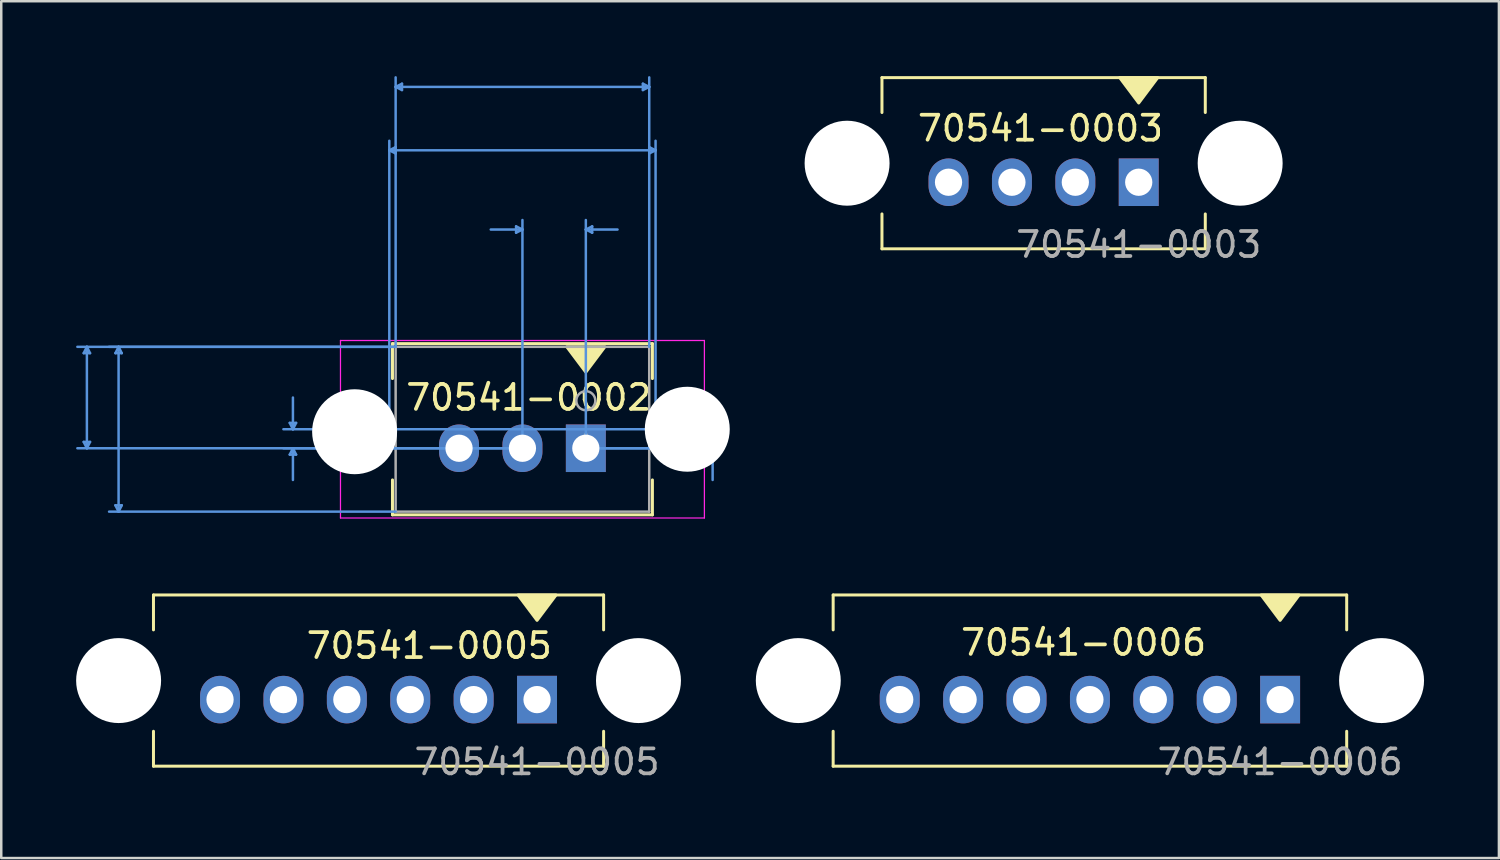
<source format=kicad_pcb>
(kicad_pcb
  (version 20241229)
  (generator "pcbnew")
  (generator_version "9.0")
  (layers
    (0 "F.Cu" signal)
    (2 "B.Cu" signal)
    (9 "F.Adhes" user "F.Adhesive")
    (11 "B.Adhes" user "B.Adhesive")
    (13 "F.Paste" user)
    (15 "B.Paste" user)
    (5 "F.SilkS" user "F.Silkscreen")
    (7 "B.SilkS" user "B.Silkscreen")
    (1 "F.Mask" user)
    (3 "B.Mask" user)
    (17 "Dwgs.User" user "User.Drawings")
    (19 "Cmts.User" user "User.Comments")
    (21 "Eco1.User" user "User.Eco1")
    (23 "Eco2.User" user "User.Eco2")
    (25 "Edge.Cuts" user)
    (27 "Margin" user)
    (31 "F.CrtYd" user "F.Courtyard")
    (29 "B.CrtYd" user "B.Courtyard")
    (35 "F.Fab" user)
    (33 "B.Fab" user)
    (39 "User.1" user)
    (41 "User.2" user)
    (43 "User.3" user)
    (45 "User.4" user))
  (footprint "70541-0002"
    (layer "F.Cu")
    (at 20.421 14.909)
    (property "Reference" "70541-0002" (at -2.286 -2.032 0) (layer "F.SilkS") (effects (font (size 1 1) (thickness 0.15))))
    (attr through_hole)
    (fp_line (start -7.747 -4.191) (end -7.747 -2.793) (stroke (width 0.12) (type solid)) (layer "F.SilkS"))
    (fp_line (start -7.747 1.269) (end -7.747 2.667) (stroke (width 0.12) (type solid)) (layer "F.SilkS"))
    (fp_line (start -7.747 2.667) (end 2.667 2.667) (stroke (width 0.12) (type solid)) (layer "F.SilkS"))
    (fp_line (start 2.667 -4.191) (end -7.747 -4.191) (stroke (width 0.12) (type solid)) (layer "F.SilkS"))
    (fp_line (start 2.667 -2.793) (end 2.667 -4.191) (stroke (width 0.12) (type solid)) (layer "F.SilkS"))
    (fp_line (start 2.667 2.667) (end 2.667 1.269) (stroke (width 0.12) (type solid)) (layer "F.SilkS"))
    (fp_poly (pts (xy 0 -3.048) (xy -0.762 -4.064) (xy 0.762 -4.064)) (stroke (width 0.12) (type solid)) (fill yes) (layer "F.SilkS"))
    (fp_line (start -20.117 -3.81) (end -19.863 -3.81) (stroke (width 0.1) (type solid)) (layer "Cmts.User"))
    (fp_line (start -20.117 -0.254) (end -19.863 -0.254) (stroke (width 0.1) (type solid)) (layer "Cmts.User"))
    (fp_line (start -19.99 -4.064) (end -20.117 -3.81) (stroke (width 0.1) (type solid)) (layer "Cmts.User"))
    (fp_line (start -19.99 -4.064) (end -19.99 0) (stroke (width 0.1) (type solid)) (layer "Cmts.User"))
    (fp_line (start -19.99 -4.064) (end -19.863 -3.81) (stroke (width 0.1) (type solid)) (layer "Cmts.User"))
    (fp_line (start -19.99 0) (end -20.117 -0.254) (stroke (width 0.1) (type solid)) (layer "Cmts.User"))
    (fp_line (start -19.99 0) (end -19.863 -0.254) (stroke (width 0.1) (type solid)) (layer "Cmts.User"))
    (fp_line (start -18.847 -3.81) (end -18.593 -3.81) (stroke (width 0.1) (type solid)) (layer "Cmts.User"))
    (fp_line (start -18.847 2.286) (end -18.593 2.286) (stroke (width 0.1) (type solid)) (layer "Cmts.User"))
    (fp_line (start -18.72 -4.064) (end -18.847 -3.81) (stroke (width 0.1) (type solid)) (layer "Cmts.User"))
    (fp_line (start -18.72 -4.064) (end -18.72 2.54) (stroke (width 0.1) (type solid)) (layer "Cmts.User"))
    (fp_line (start -18.72 -4.064) (end -18.593 -3.81) (stroke (width 0.1) (type solid)) (layer "Cmts.User"))
    (fp_line (start -18.72 2.54) (end -18.847 2.286) (stroke (width 0.1) (type solid)) (layer "Cmts.User"))
    (fp_line (start -18.72 2.54) (end -18.593 2.286) (stroke (width 0.1) (type solid)) (layer "Cmts.User"))
    (fp_line (start -11.862 -1.016) (end -11.608 -1.016) (stroke (width 0.1) (type solid)) (layer "Cmts.User"))
    (fp_line (start -11.862 0.254) (end -11.608 0.254) (stroke (width 0.1) (type solid)) (layer "Cmts.User"))
    (fp_line (start -11.735 -0.762) (end -11.862 -1.016) (stroke (width 0.1) (type solid)) (layer "Cmts.User"))
    (fp_line (start -11.735 -0.762) (end -11.735 -2.032) (stroke (width 0.1) (type solid)) (layer "Cmts.User"))
    (fp_line (start -11.735 -0.762) (end -11.608 -1.016) (stroke (width 0.1) (type solid)) (layer "Cmts.User"))
    (fp_line (start -11.735 0) (end -11.862 0.254) (stroke (width 0.1) (type solid)) (layer "Cmts.User"))
    (fp_line (start -11.735 0) (end -11.735 1.27) (stroke (width 0.1) (type solid)) (layer "Cmts.User"))
    (fp_line (start -11.735 0) (end -11.608 0.254) (stroke (width 0.1) (type solid)) (layer "Cmts.User"))
    (fp_line (start -7.874 -11.938) (end -7.62 -12.065) (stroke (width 0.1) (type solid)) (layer "Cmts.User"))
    (fp_line (start -7.874 -11.938) (end -7.62 -11.811) (stroke (width 0.1) (type solid)) (layer "Cmts.User"))
    (fp_line (start -7.874 -11.938) (end 2.794 -11.938) (stroke (width 0.1) (type solid)) (layer "Cmts.User"))
    (fp_line (start -7.874 -0.762) (end -7.874 -12.319) (stroke (width 0.1) (type solid)) (layer "Cmts.User"))
    (fp_line (start -7.62 -14.478) (end -7.366 -14.605) (stroke (width 0.1) (type solid)) (layer "Cmts.User"))
    (fp_line (start -7.62 -14.478) (end -7.366 -14.351) (stroke (width 0.1) (type solid)) (layer "Cmts.User"))
    (fp_line (start -7.62 -14.478) (end 2.54 -14.478) (stroke (width 0.1) (type solid)) (layer "Cmts.User"))
    (fp_line (start -7.62 -12.065) (end -7.62 -11.811) (stroke (width 0.1) (type solid)) (layer "Cmts.User"))
    (fp_line (start -7.62 -4.064) (end -20.371 -4.064) (stroke (width 0.1) (type solid)) (layer "Cmts.User"))
    (fp_line (start -7.62 -4.064) (end -19.101 -4.064) (stroke (width 0.1) (type solid)) (layer "Cmts.User"))
    (fp_line (start -7.62 -4.064) (end -7.62 -14.859) (stroke (width 0.1) (type solid)) (layer "Cmts.User"))
    (fp_line (start -7.62 2.54) (end -19.101 2.54) (stroke (width 0.1) (type solid)) (layer "Cmts.User"))
    (fp_line (start -7.366 -14.605) (end -7.366 -14.351) (stroke (width 0.1) (type solid)) (layer "Cmts.User"))
    (fp_line (start -2.794 -8.89) (end -2.794 -8.636) (stroke (width 0.1) (type solid)) (layer "Cmts.User"))
    (fp_line (start -2.54 -8.763) (end -3.81 -8.763) (stroke (width 0.1) (type solid)) (layer "Cmts.User"))
    (fp_line (start -2.54 -8.763) (end -2.794 -8.89) (stroke (width 0.1) (type solid)) (layer "Cmts.User"))
    (fp_line (start -2.54 -8.763) (end -2.794 -8.636) (stroke (width 0.1) (type solid)) (layer "Cmts.User"))
    (fp_line (start -2.54 0) (end -20.371 0) (stroke (width 0.1) (type solid)) (layer "Cmts.User"))
    (fp_line (start -2.54 0) (end -12.116 0) (stroke (width 0.1) (type solid)) (layer "Cmts.User"))
    (fp_line (start -2.54 0) (end -2.54 -9.144) (stroke (width 0.1) (type solid)) (layer "Cmts.User"))
    (fp_line (start 0 -8.763) (end 0.254 -8.89) (stroke (width 0.1) (type solid)) (layer "Cmts.User"))
    (fp_line (start 0 -8.763) (end 0.254 -8.636) (stroke (width 0.1) (type solid)) (layer "Cmts.User"))
    (fp_line (start 0 -8.763) (end 1.27 -8.763) (stroke (width 0.1) (type solid)) (layer "Cmts.User"))
    (fp_line (start 0 0) (end 0 -9.144) (stroke (width 0.1) (type solid)) (layer "Cmts.User"))
    (fp_line (start 0 0) (end 5.461 0) (stroke (width 0.1) (type solid)) (layer "Cmts.User"))
    (fp_line (start 0 0) (end 5.461 0) (stroke (width 0.1) (type solid)) (layer "Cmts.User"))
    (fp_line (start 0.254 -8.89) (end 0.254 -8.636) (stroke (width 0.1) (type solid)) (layer "Cmts.User"))
    (fp_line (start 2.286 -14.605) (end 2.286 -14.351) (stroke (width 0.1) (type solid)) (layer "Cmts.User"))
    (fp_line (start 2.54 -14.478) (end 2.286 -14.605) (stroke (width 0.1) (type solid)) (layer "Cmts.User"))
    (fp_line (start 2.54 -14.478) (end 2.286 -14.351) (stroke (width 0.1) (type solid)) (layer "Cmts.User"))
    (fp_line (start 2.54 -12.065) (end 2.54 -11.811) (stroke (width 0.1) (type solid)) (layer "Cmts.User"))
    (fp_line (start 2.54 -4.064) (end 2.54 -14.859) (stroke (width 0.1) (type solid)) (layer "Cmts.User"))
    (fp_line (start 2.794 -11.938) (end 2.54 -12.065) (stroke (width 0.1) (type solid)) (layer "Cmts.User"))
    (fp_line (start 2.794 -11.938) (end 2.54 -11.811) (stroke (width 0.1) (type solid)) (layer "Cmts.User"))
    (fp_line (start 2.794 -0.762) (end -12.116 -0.762) (stroke (width 0.1) (type solid)) (layer "Cmts.User"))
    (fp_line (start 2.794 -0.762) (end 2.794 -12.319) (stroke (width 0.1) (type solid)) (layer "Cmts.User"))
    (fp_line (start 4.953 -0.254) (end 5.207 -0.254) (stroke (width 0.1) (type solid)) (layer "Cmts.User"))
    (fp_line (start 4.953 0.254) (end 5.207 0.254) (stroke (width 0.1) (type solid)) (layer "Cmts.User"))
    (fp_line (start 5.08 0) (end 4.953 -0.254) (stroke (width 0.1) (type solid)) (layer "Cmts.User"))
    (fp_line (start 5.08 0) (end 4.953 0.254) (stroke (width 0.1) (type solid)) (layer "Cmts.User"))
    (fp_line (start 5.08 0) (end 5.08 -1.27) (stroke (width 0.1) (type solid)) (layer "Cmts.User"))
    (fp_line (start 5.08 0) (end 5.08 1.27) (stroke (width 0.1) (type solid)) (layer "Cmts.User"))
    (fp_line (start 5.08 0) (end 5.207 -0.254) (stroke (width 0.1) (type solid)) (layer "Cmts.User"))
    (fp_line (start 5.08 0) (end 5.207 0.254) (stroke (width 0.1) (type solid)) (layer "Cmts.User"))
    (fp_line (start -9.83 -4.318) (end -9.83 2.794) (stroke (width 0.05) (type solid)) (layer "F.CrtYd"))
    (fp_line (start -9.83 2.794) (end 4.75 2.794) (stroke (width 0.05) (type solid)) (layer "F.CrtYd"))
    (fp_line (start 4.75 -4.318) (end -9.83 -4.318) (stroke (width 0.05) (type solid)) (layer "F.CrtYd"))
    (fp_line (start 4.75 2.794) (end 4.75 -4.318) (stroke (width 0.05) (type solid)) (layer "F.CrtYd"))
    (fp_line (start -7.62 -4.064) (end -7.62 2.54) (stroke (width 0.1) (type solid)) (layer "F.Fab"))
    (fp_line (start -7.62 2.54) (end 2.54 2.54) (stroke (width 0.1) (type solid)) (layer "F.Fab"))
    (fp_line (start 2.54 -4.064) (end -7.62 -4.064) (stroke (width 0.1) (type solid)) (layer "F.Fab"))
    (fp_line (start 2.54 2.54) (end 2.54 -4.064) (stroke (width 0.1) (type solid)) (layer "F.Fab"))
    (fp_circle (center 0 -1.905) (end 0.381 -1.905) (stroke (width 0.1) (type solid)) (fill no) (layer "F.Fab"))
    (fp_text user "Copyright 2021 Accelerated Designs. All rights reserved." (at 0 0 0) (layer "Cmts.User") (effects (font (size 0.127 0.127) (thickness 0.002))))
    (fp_text user "*" (at 0 0 0) (layer "F.Fab") (effects (font (size 1 1) (thickness 0.15))))
    (pad "" np_thru_hole circle (at -9.264 -0.662) (size 3.404 3.404) (drill 3.404) (layers "*.Cu" "*.Mask"))
    (pad "" np_thru_hole circle (at 4.064 -0.762) (size 3.404 3.404) (drill 3.404) (layers "*.Cu" "*.Mask"))
    (pad "1" thru_hole rect (at 0 0) (size 1.6 1.905) (drill 1.092) (layers "*.Cu" "*.Mask"))
    (pad "2" thru_hole oval (at -2.54 0) (size 1.6 1.905) (drill 1.092) (layers "*.Cu" "*.Mask"))
    (pad "3" thru_hole oval (at -5.08 0) (size 1.6 1.905) (drill 1.092) (layers "*.Cu" "*.Mask")))
  (footprint "70541-0005"
    (layer "F.Cu")
    (at 18.466 24.979)
    (property "Reference" "70541-0005" (at -4.318 -2.159 0) (unlocked yes) (layer "F.SilkS") (effects (font (size 1 1) (thickness 0.15))))
    (attr through_hole)
    (fp_line (start -15.367 -4.191) (end 2.667 -4.191) (stroke (width 0.12) (type solid)) (layer "F.SilkS"))
    (fp_line (start -15.367 -2.794) (end -15.367 -4.191) (stroke (width 0.12) (type solid)) (layer "F.SilkS"))
    (fp_line (start -15.367 2.667) (end -15.367 1.27) (stroke (width 0.12) (type solid)) (layer "F.SilkS"))
    (fp_line (start -15.367 2.667) (end 2.667 2.667) (stroke (width 0.12) (type solid)) (layer "F.SilkS"))
    (fp_line (start 2.667 -2.794) (end 2.667 -4.191) (stroke (width 0.12) (type solid)) (layer "F.SilkS"))
    (fp_line (start 2.667 2.667) (end 2.667 1.27) (stroke (width 0.12) (type solid)) (layer "F.SilkS"))
    (fp_poly (pts (xy 0 -3.175) (xy -0.762 -4.191) (xy 0.762 -4.191)) (stroke (width 0.12) (type solid)) (fill yes) (layer "F.SilkS"))
    (fp_text user "${REFERENCE}" (at 0 2.5 0) (unlocked yes) (layer "F.Fab") (effects (font (size 1 1) (thickness 0.15))))
    (pad "" np_thru_hole circle (at -16.764 -0.762) (size 3.404 3.404) (drill 3.404) (layers "*.Cu" "*.Mask"))
    (pad "" np_thru_hole circle (at 4.064 -0.762) (size 3.404 3.404) (drill 3.404) (layers "*.Cu" "*.Mask"))
    (pad "1" thru_hole rect (at 0 0) (size 1.6 1.905) (drill 1.092) (layers "*.Cu" "*.Mask"))
    (pad "2" thru_hole oval (at -2.54 0) (size 1.6 1.905) (drill 1.092) (layers "*.Cu" "*.Mask"))
    (pad "3" thru_hole oval (at -5.08 0) (size 1.6 1.905) (drill 1.092) (layers "*.Cu" "*.Mask"))
    (pad "4" thru_hole oval (at -7.62 0) (size 1.6 1.905) (drill 1.092) (layers "*.Cu" "*.Mask"))
    (pad "5" thru_hole oval (at -10.16 0) (size 1.6 1.905) (drill 1.092) (layers "*.Cu" "*.Mask"))
    (pad "6" thru_hole oval (at -12.7 0) (size 1.6 1.905) (drill 1.092) (layers "*.Cu" "*.Mask")))
  (footprint "70541-0003"
    (layer "F.Cu")
    (at 42.572 4.251)
    (property "Reference" "70541-0003" (at -3.937 -2.159 0) (unlocked yes) (layer "F.SilkS") (effects (font (size 1 1) (thickness 0.15))))
    (attr through_hole)
    (fp_line (start -10.287 -4.191) (end 2.667 -4.191) (stroke (width 0.12) (type solid)) (layer "F.SilkS"))
    (fp_line (start -10.287 -2.794) (end -10.287 -4.191) (stroke (width 0.12) (type solid)) (layer "F.SilkS"))
    (fp_line (start -10.287 2.667) (end -10.287 1.27) (stroke (width 0.12) (type solid)) (layer "F.SilkS"))
    (fp_line (start -10.287 2.667) (end 2.667 2.667) (stroke (width 0.12) (type solid)) (layer "F.SilkS"))
    (fp_line (start 2.667 -2.794) (end 2.667 -4.191) (stroke (width 0.12) (type solid)) (layer "F.SilkS"))
    (fp_line (start 2.667 2.667) (end 2.667 1.27) (stroke (width 0.12) (type solid)) (layer "F.SilkS"))
    (fp_poly (pts (xy 0 -3.175) (xy -0.762 -4.191) (xy 0.762 -4.191)) (stroke (width 0.12) (type solid)) (fill yes) (layer "F.SilkS"))
    (fp_text user "${REFERENCE}" (at 0 2.5 0) (unlocked yes) (layer "F.Fab") (effects (font (size 1 1) (thickness 0.15))))
    (pad "" np_thru_hole circle (at -11.684 -0.762) (size 3.404 3.404) (drill 3.404) (layers "*.Cu" "*.Mask"))
    (pad "" np_thru_hole circle (at 4.064 -0.762) (size 3.404 3.404) (drill 3.404) (layers "*.Cu" "*.Mask"))
    (pad "1" thru_hole rect (at 0 0) (size 1.6 1.905) (drill 1.092) (layers "*.Cu" "*.Mask"))
    (pad "2" thru_hole oval (at -2.54 0) (size 1.6 1.905) (drill 1.092) (layers "*.Cu" "*.Mask"))
    (pad "3" thru_hole oval (at -5.08 0) (size 1.6 1.905) (drill 1.092) (layers "*.Cu" "*.Mask"))
    (pad "4" thru_hole oval (at -7.62 0) (size 1.6 1.905) (drill 1.092) (layers "*.Cu" "*.Mask")))
  (footprint "70541-0006"
    (layer "F.Cu")
    (at 48.237 24.979)
    (property "Reference" "70541-0006" (at -7.874 -2.286 0) (unlocked yes) (layer "F.SilkS") (effects (font (size 1 1) (thickness 0.15))))
    (attr through_hole)
    (fp_line (start -17.907 -4.191) (end 2.667 -4.191) (stroke (width 0.12) (type solid)) (layer "F.SilkS"))
    (fp_line (start -17.907 -2.794) (end -17.907 -4.191) (stroke (width 0.12) (type solid)) (layer "F.SilkS"))
    (fp_line (start -17.907 2.667) (end -17.907 1.27) (stroke (width 0.12) (type solid)) (layer "F.SilkS"))
    (fp_line (start -17.907 2.667) (end 2.667 2.667) (stroke (width 0.12) (type solid)) (layer "F.SilkS"))
    (fp_line (start 2.667 -2.794) (end 2.667 -4.191) (stroke (width 0.12) (type solid)) (layer "F.SilkS"))
    (fp_line (start 2.667 2.667) (end 2.667 1.27) (stroke (width 0.12) (type solid)) (layer "F.SilkS"))
    (fp_poly (pts (xy 0 -3.175) (xy -0.762 -4.191) (xy 0.762 -4.191)) (stroke (width 0.12) (type solid)) (fill yes) (layer "F.SilkS"))
    (fp_text user "${REFERENCE}" (at 0 2.5 0) (unlocked yes) (layer "F.Fab") (effects (font (size 1 1) (thickness 0.15))))
    (pad "" np_thru_hole circle (at -19.304 -0.762) (size 3.404 3.404) (drill 3.404) (layers "*.Cu" "*.Mask"))
    (pad "" np_thru_hole circle (at 4.064 -0.762) (size 3.404 3.404) (drill 3.404) (layers "*.Cu" "*.Mask"))
    (pad "1" thru_hole rect (at 0 0) (size 1.6 1.905) (drill 1.092) (layers "*.Cu" "*.Mask"))
    (pad "2" thru_hole oval (at -2.54 0) (size 1.6 1.905) (drill 1.092) (layers "*.Cu" "*.Mask"))
    (pad "3" thru_hole oval (at -5.08 0) (size 1.6 1.905) (drill 1.092) (layers "*.Cu" "*.Mask"))
    (pad "4" thru_hole oval (at -7.62 0) (size 1.6 1.905) (drill 1.092) (layers "*.Cu" "*.Mask"))
    (pad "5" thru_hole oval (at -10.16 0) (size 1.6 1.905) (drill 1.092) (layers "*.Cu" "*.Mask"))
    (pad "6" thru_hole oval (at -12.7 0) (size 1.6 1.905) (drill 1.092) (layers "*.Cu" "*.Mask"))
    (pad "7" thru_hole oval (at -15.24 0) (size 1.6 1.905) (drill 1.092) (layers "*.Cu" "*.Mask")))
  (gr_rect
    (start -3 -3)
    (end 57.003 31.327)
    (stroke (width 0.1) (type default))
    (fill no)
    (layer "Edge.Cuts")))
</source>
